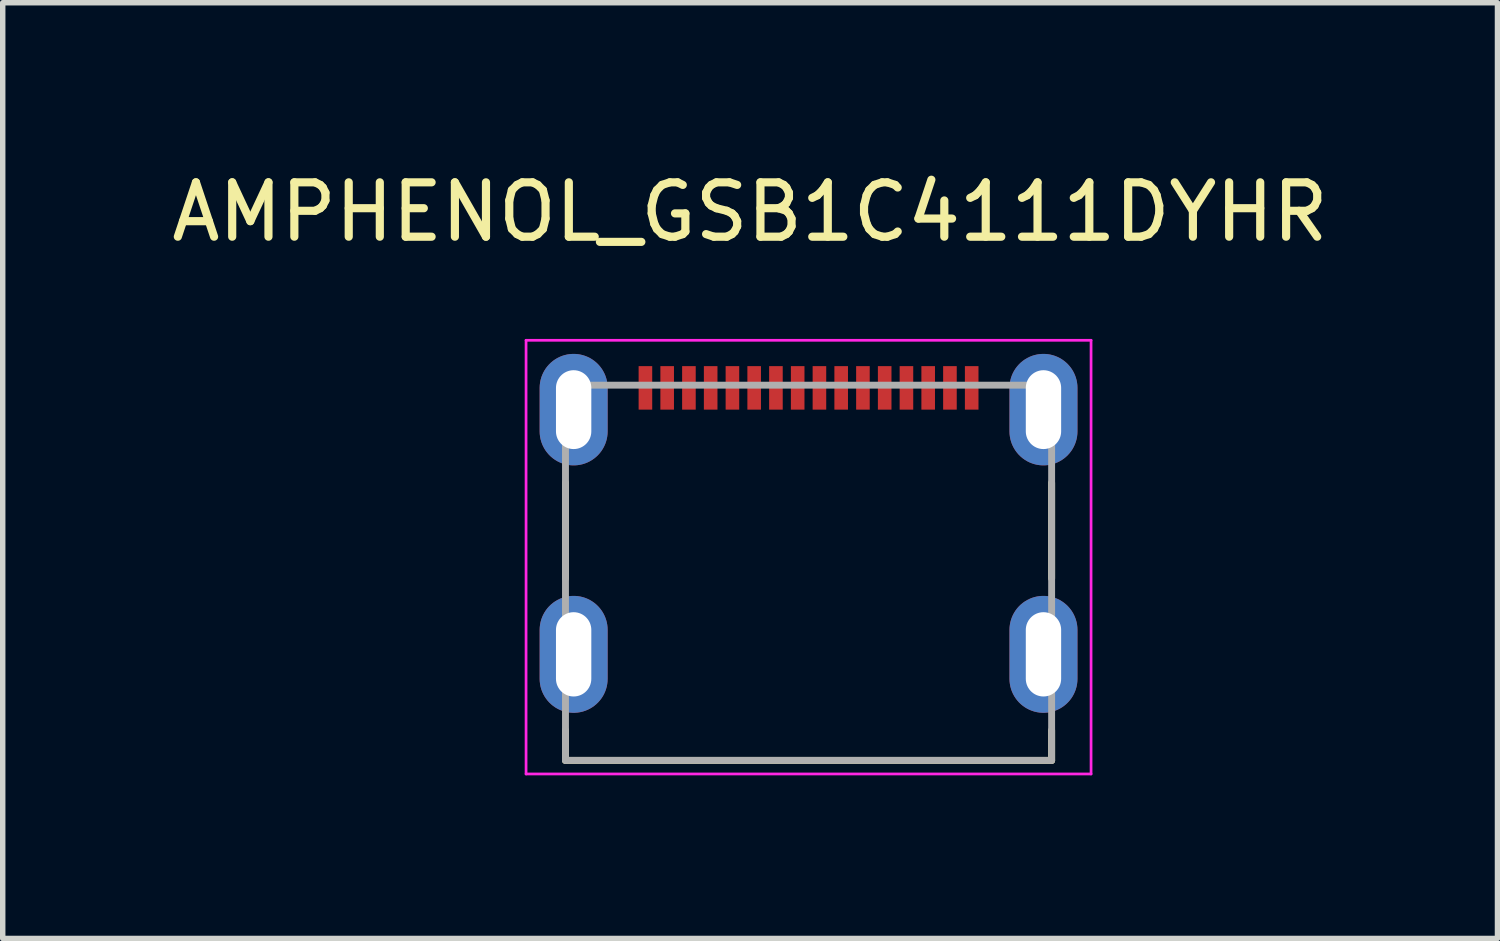
<source format=kicad_pcb>
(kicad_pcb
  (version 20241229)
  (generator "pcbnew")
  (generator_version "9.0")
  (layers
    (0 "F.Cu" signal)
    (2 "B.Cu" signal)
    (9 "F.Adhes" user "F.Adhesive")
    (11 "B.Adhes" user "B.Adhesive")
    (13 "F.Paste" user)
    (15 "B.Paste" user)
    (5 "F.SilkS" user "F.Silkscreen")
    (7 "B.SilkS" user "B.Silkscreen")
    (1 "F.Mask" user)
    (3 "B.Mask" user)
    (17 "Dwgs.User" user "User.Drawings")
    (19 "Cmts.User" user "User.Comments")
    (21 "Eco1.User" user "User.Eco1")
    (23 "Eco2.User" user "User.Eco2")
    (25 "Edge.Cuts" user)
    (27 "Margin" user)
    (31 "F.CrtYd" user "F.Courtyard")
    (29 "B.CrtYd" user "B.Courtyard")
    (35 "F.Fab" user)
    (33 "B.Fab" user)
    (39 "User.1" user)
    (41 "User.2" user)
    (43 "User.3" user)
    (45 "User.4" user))
  (footprint "AMPHENOL_GSB1C4111DYHR"
    (layer "F.Cu")
    (at 11.819 8.983)
    (property "Reference" "AMPHENOL_GSB1C4111DYHR" (at -1.075 -8.135 0) (layer "F.SilkS") (effects (font (size 1 1) (thickness 0.15))))
    (attr smd)
    (fp_poly (pts (xy -3.175 -5.35) (xy -2.825 -5.35) (xy -2.825 -4.45) (xy -3.175 -4.45)) (stroke (width 0.01) (type solid)) (fill yes) (layer "F.Mask"))
    (fp_poly (pts (xy -2.775 -5.35) (xy -2.425 -5.35) (xy -2.425 -4.45) (xy -2.775 -4.45)) (stroke (width 0.01) (type solid)) (fill yes) (layer "F.Mask"))
    (fp_poly (pts (xy -2.375 -5.35) (xy -2.025 -5.35) (xy -2.025 -4.45) (xy -2.375 -4.45)) (stroke (width 0.01) (type solid)) (fill yes) (layer "F.Mask"))
    (fp_poly (pts (xy -1.975 -5.35) (xy -1.625 -5.35) (xy -1.625 -4.45) (xy -1.975 -4.45)) (stroke (width 0.01) (type solid)) (fill yes) (layer "F.Mask"))
    (fp_poly (pts (xy -1.575 -5.35) (xy -1.225 -5.35) (xy -1.225 -4.45) (xy -1.575 -4.45)) (stroke (width 0.01) (type solid)) (fill yes) (layer "F.Mask"))
    (fp_poly (pts (xy -1.175 -5.35) (xy -0.825 -5.35) (xy -0.825 -4.45) (xy -1.175 -4.45)) (stroke (width 0.01) (type solid)) (fill yes) (layer "F.Mask"))
    (fp_poly (pts (xy -0.775 -5.35) (xy -0.425 -5.35) (xy -0.425 -4.45) (xy -0.775 -4.45)) (stroke (width 0.01) (type solid)) (fill yes) (layer "F.Mask"))
    (fp_poly (pts (xy -0.375 -5.35) (xy -0.025 -5.35) (xy -0.025 -4.45) (xy -0.375 -4.45)) (stroke (width 0.01) (type solid)) (fill yes) (layer "F.Mask"))
    (fp_poly (pts (xy 0.025 -5.35) (xy 0.375 -5.35) (xy 0.375 -4.45) (xy 0.025 -4.45)) (stroke (width 0.01) (type solid)) (fill yes) (layer "F.Mask"))
    (fp_poly (pts (xy 0.425 -5.35) (xy 0.775 -5.35) (xy 0.775 -4.45) (xy 0.425 -4.45)) (stroke (width 0.01) (type solid)) (fill yes) (layer "F.Mask"))
    (fp_poly (pts (xy 0.825 -5.35) (xy 1.175 -5.35) (xy 1.175 -4.45) (xy 0.825 -4.45)) (stroke (width 0.01) (type solid)) (fill yes) (layer "F.Mask"))
    (fp_poly (pts (xy 1.225 -5.35) (xy 1.575 -5.35) (xy 1.575 -4.45) (xy 1.225 -4.45)) (stroke (width 0.01) (type solid)) (fill yes) (layer "F.Mask"))
    (fp_poly (pts (xy 1.625 -5.35) (xy 1.975 -5.35) (xy 1.975 -4.45) (xy 1.625 -4.45)) (stroke (width 0.01) (type solid)) (fill yes) (layer "F.Mask"))
    (fp_poly (pts (xy 2.025 -5.35) (xy 2.375 -5.35) (xy 2.375 -4.45) (xy 2.025 -4.45)) (stroke (width 0.01) (type solid)) (fill yes) (layer "F.Mask"))
    (fp_poly (pts (xy 2.425 -5.35) (xy 2.775 -5.35) (xy 2.775 -4.45) (xy 2.425 -4.45)) (stroke (width 0.01) (type solid)) (fill yes) (layer "F.Mask"))
    (fp_poly (pts (xy 2.825 -5.35) (xy 3.175 -5.35) (xy 3.175 -4.45) (xy 2.825 -4.45)) (stroke (width 0.01) (type solid)) (fill yes) (layer "F.Mask"))
    (fp_line (start -4.47 -1.395) (end -4.47 -3.155) (stroke (width 0.127) (type solid)) (layer "F.SilkS"))
    (fp_line (start -4.47 1.95) (end -4.47 1.395) (stroke (width 0.127) (type solid)) (layer "F.SilkS"))
    (fp_line (start 4.47 -3.155) (end 4.47 -1.395) (stroke (width 0.127) (type solid)) (layer "F.SilkS"))
    (fp_line (start 4.47 1.395) (end 4.47 1.95) (stroke (width 0.127) (type solid)) (layer "F.SilkS"))
    (fp_line (start 4.47 1.95) (end -4.47 1.95) (stroke (width 0.127) (type solid)) (layer "F.SilkS"))
    (fp_line (start -5.195 -5.775) (end -5.195 2.2) (stroke (width 0.05) (type solid)) (layer "F.CrtYd"))
    (fp_line (start -5.195 2.2) (end 5.195 2.2) (stroke (width 0.05) (type solid)) (layer "F.CrtYd"))
    (fp_line (start 5.195 -5.775) (end -5.195 -5.775) (stroke (width 0.05) (type solid)) (layer "F.CrtYd"))
    (fp_line (start 5.195 2.2) (end 5.195 -5.775) (stroke (width 0.05) (type solid)) (layer "F.CrtYd"))
    (fp_line (start -4.47 -4.95) (end 4.47 -4.95) (stroke (width 0.127) (type solid)) (layer "F.Fab"))
    (fp_line (start -4.47 1.95) (end -4.47 -4.95) (stroke (width 0.127) (type solid)) (layer "F.Fab"))
    (fp_line (start 4.47 -4.95) (end 4.47 1.95) (stroke (width 0.127) (type solid)) (layer "F.Fab"))
    (fp_line (start 4.47 1.95) (end -4.47 1.95) (stroke (width 0.127) (type solid)) (layer "F.Fab"))
    (pad "A1" smd rect (at -2.6 -4.9) (size 0.25 0.8) (layers "F.Cu" "F.Paste"))
    (pad "A4" smd rect (at -1.8 -4.9) (size 0.25 0.8) (layers "F.Cu" "F.Paste"))
    (pad "A5" smd rect (at -1.4 -4.9) (size 0.25 0.8) (layers "F.Cu" "F.Paste"))
    (pad "A6" smd rect (at -1 -4.9) (size 0.25 0.8) (layers "F.Cu" "F.Paste"))
    (pad "A7" smd rect (at -0.6 -4.9) (size 0.25 0.8) (layers "F.Cu" "F.Paste"))
    (pad "A8" smd rect (at -0.2 -4.9) (size 0.25 0.8) (layers "F.Cu" "F.Paste"))
    (pad "A9" smd rect (at 2.2 -4.9) (size 0.25 0.8) (layers "F.Cu" "F.Paste"))
    (pad "A12" smd rect (at 3 -4.9) (size 0.25 0.8) (layers "F.Cu" "F.Paste"))
    (pad "B1" smd rect (at 2.6 -4.9) (size 0.25 0.8) (layers "F.Cu" "F.Paste"))
    (pad "B4" smd rect (at 1.8 -4.9) (size 0.25 0.8) (layers "F.Cu" "F.Paste"))
    (pad "B5" smd rect (at 1.4 -4.9) (size 0.25 0.8) (layers "F.Cu" "F.Paste"))
    (pad "B6" smd rect (at 1 -4.9) (size 0.25 0.8) (layers "F.Cu" "F.Paste"))
    (pad "B7" smd rect (at 0.6 -4.9) (size 0.25 0.8) (layers "F.Cu" "F.Paste"))
    (pad "B8" smd rect (at 0.2 -4.9) (size 0.25 0.8) (layers "F.Cu" "F.Paste"))
    (pad "B9" smd rect (at -2.2 -4.9) (size 0.25 0.8) (layers "F.Cu" "F.Paste"))
    (pad "B12" smd rect (at -3 -4.9) (size 0.25 0.8) (layers "F.Cu" "F.Paste"))
    (pad "SH1" thru_hole oval (at -4.32 -4.5) (size 1.25 2.05) (drill oval 0.65 1.45) (layers "*.Cu" "*.Mask"))
    (pad "SH2" thru_hole oval (at 4.32 -4.5) (size 1.25 2.05) (drill oval 0.65 1.45) (layers "*.Cu" "*.Mask"))
    (pad "SH3" thru_hole oval (at -4.32 0) (size 1.25 2.15) (drill oval 0.65 1.55) (layers "*.Cu" "*.Mask"))
    (pad "SH4" thru_hole oval (at 4.32 0) (size 1.25 2.15) (drill oval 0.65 1.55) (layers "*.Cu" "*.Mask")))
  (gr_rect
    (start -3 -3)
    (end 24.488 14.208)
    (stroke (width 0.1) (type default))
    (fill no)
    (layer "Edge.Cuts")))
</source>
